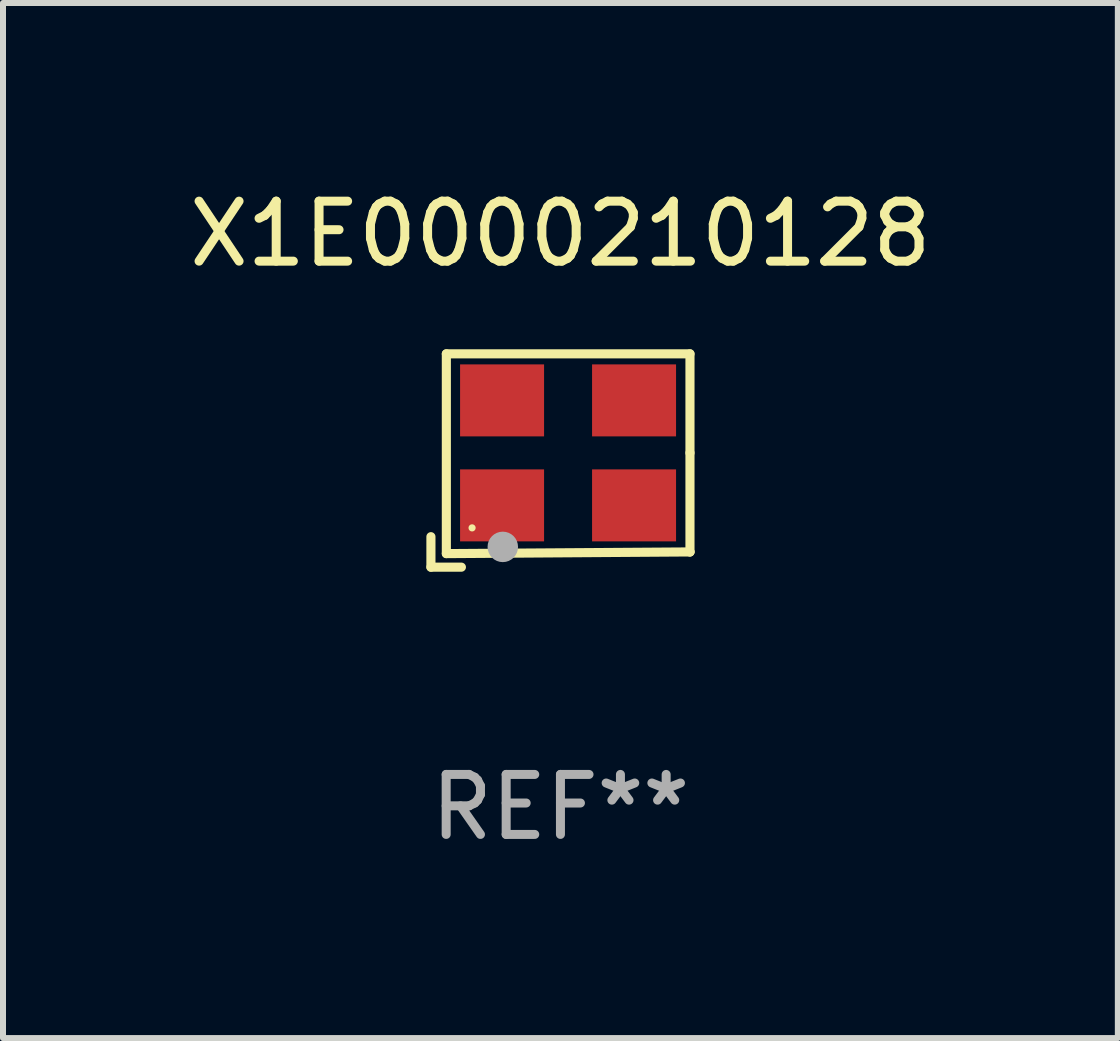
<source format=kicad_pcb>
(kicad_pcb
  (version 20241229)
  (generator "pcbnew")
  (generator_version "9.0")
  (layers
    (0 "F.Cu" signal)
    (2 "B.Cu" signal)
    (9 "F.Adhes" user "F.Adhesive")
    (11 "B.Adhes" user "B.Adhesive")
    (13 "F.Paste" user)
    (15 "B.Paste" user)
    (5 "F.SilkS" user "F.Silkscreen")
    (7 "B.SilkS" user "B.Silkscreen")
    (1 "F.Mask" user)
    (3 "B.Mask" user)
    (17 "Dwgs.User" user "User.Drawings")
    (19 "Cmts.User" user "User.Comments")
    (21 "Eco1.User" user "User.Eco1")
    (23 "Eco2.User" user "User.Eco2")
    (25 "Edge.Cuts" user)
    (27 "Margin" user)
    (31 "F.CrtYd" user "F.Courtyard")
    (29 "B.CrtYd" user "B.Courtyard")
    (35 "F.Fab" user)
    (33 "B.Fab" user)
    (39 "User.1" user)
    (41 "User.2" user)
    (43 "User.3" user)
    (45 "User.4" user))
  (footprint "X1E0000210128"
    (layer "F.Cu")
    (at 6.292 4.626)
    (property "Reference" "X1E0000210128" (at 0 -3.778 0) (layer "F.SilkS") (effects (font (size 1 1) (thickness 0.15))))
    (attr through_hole)
    (fp_line (start -2.159 1.27) (end -2.159 1.778) (stroke (width 0.152) (type solid)) (layer "F.SilkS"))
    (fp_line (start -2.159 1.778) (end -1.651 1.778) (stroke (width 0.152) (type solid)) (layer "F.SilkS"))
    (fp_line (start -1.902 -1.778) (end 2.159 -1.778) (stroke (width 0.152) (type solid)) (layer "F.SilkS"))
    (fp_line (start -1.902 1.552) (end -1.902 -1.778) (stroke (width 0.152) (type solid)) (layer "F.SilkS"))
    (fp_line (start 2.159 -1.778) (end 2.159 -0.127) (stroke (width 0.152) (type solid)) (layer "F.SilkS"))
    (fp_line (start 2.159 -0.127) (end 2.159 1.524) (stroke (width 0.152) (type solid)) (layer "F.SilkS"))
    (fp_line (start 2.159 1.524) (end -1.902 1.552) (stroke (width 0.152) (type solid)) (layer "F.SilkS"))
    (fp_line (start 2.159 1.524) (end 2.159 1.524) (stroke (width 0.152) (type solid)) (layer "F.SilkS"))
    (fp_circle (center -1.473 1.123) (end -1.443 1.123) (stroke (width 0.06) (type solid)) (fill no) (layer "F.SilkS"))
    (fp_circle (center -0.961 1.44) (end -0.834 1.44) (stroke (width 0.254) (type solid)) (fill no) (layer "F.Fab"))
    (fp_text user "REF**" (at 0 5.778 0) (layer "F.Fab") (effects (font (size 1 1) (thickness 0.15))))
    (pad "1" smd rect (at -0.973 0.748) (size 1.4 1.2) (layers "F.Cu" "F.Mask" "F.Paste"))
    (pad "2" smd rect (at 1.227 0.748) (size 1.4 1.2) (layers "F.Cu" "F.Mask" "F.Paste"))
    (pad "3" smd rect (at 1.227 -1.002) (size 1.4 1.2) (layers "F.Cu" "F.Mask" "F.Paste"))
    (pad "4" smd rect (at -0.973 -1.002) (size 1.4 1.2) (layers "F.Cu" "F.Mask" "F.Paste")))
  (gr_rect
    (start -3 -3)
    (end 15.583 14.253)
    (stroke (width 0.1) (type default))
    (fill no)
    (layer "Edge.Cuts")))
</source>
